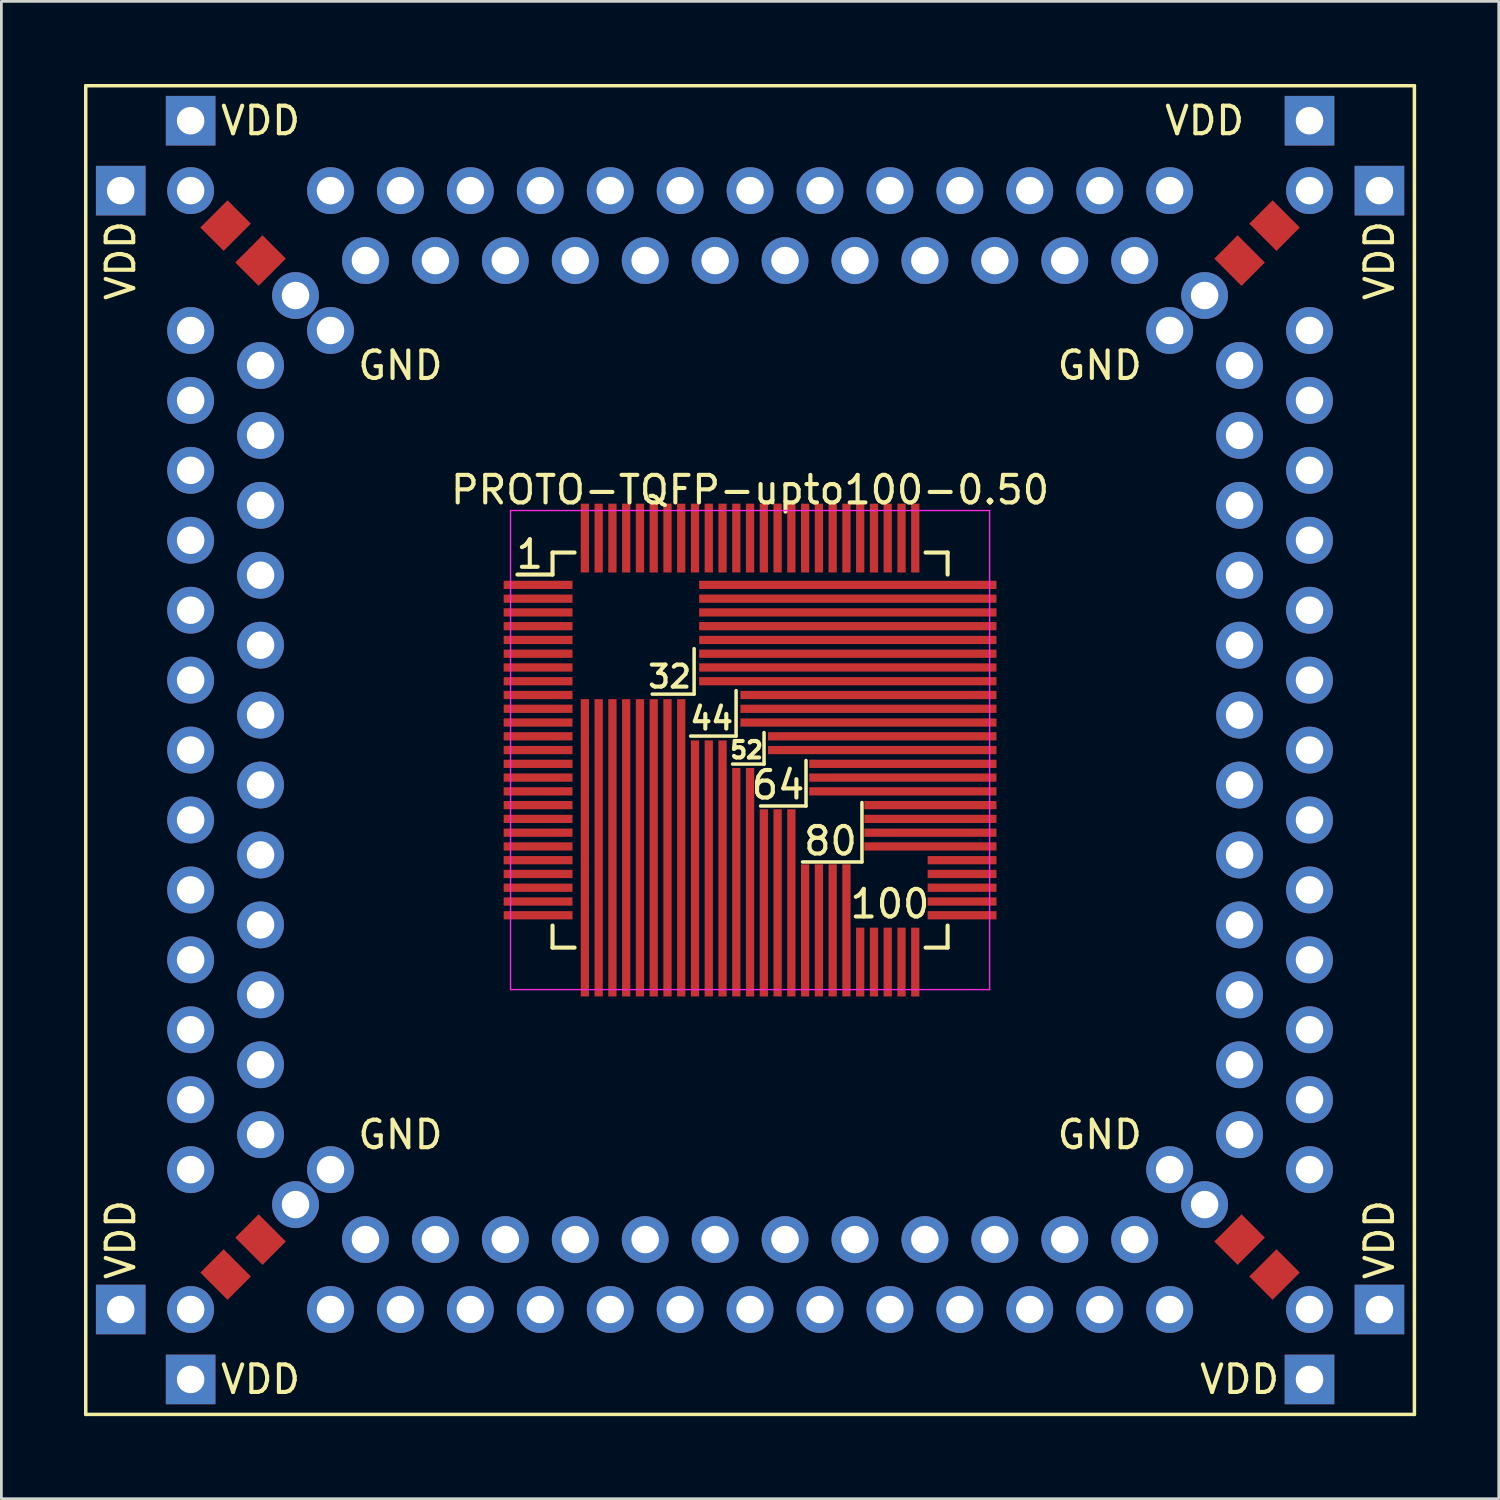
<source format=kicad_pcb>
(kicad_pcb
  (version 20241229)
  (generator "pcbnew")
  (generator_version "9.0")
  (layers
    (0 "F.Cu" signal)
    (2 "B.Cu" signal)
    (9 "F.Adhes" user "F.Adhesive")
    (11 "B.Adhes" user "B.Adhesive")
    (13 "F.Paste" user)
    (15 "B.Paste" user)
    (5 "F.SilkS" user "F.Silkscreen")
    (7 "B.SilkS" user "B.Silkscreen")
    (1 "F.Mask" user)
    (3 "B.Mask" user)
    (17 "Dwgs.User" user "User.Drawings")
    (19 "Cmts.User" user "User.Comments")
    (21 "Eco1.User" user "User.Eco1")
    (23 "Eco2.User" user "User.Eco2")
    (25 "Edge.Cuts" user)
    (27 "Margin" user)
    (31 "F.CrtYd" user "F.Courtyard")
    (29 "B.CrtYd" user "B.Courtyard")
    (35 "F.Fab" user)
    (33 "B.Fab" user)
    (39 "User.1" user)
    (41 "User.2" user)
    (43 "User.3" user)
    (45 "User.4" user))
  (footprint "PROTO-TQFP-upto100-0.50"
    (layer "F.Cu")
    (at 24.194 24.194)
    (property "Reference" "PROTO-TQFP-upto100-0.50" (at 0 -9.45 0) (layer "F.SilkS") (effects (font (size 1 1) (thickness 0.15))))
    (attr smd)
    (fp_line (start -24.13 -24.13) (end 24.13 -24.13) (stroke (width 0.127) (type solid)) (layer "F.SilkS"))
    (fp_line (start -24.13 24.13) (end -24.13 -24.13) (stroke (width 0.127) (type solid)) (layer "F.SilkS"))
    (fp_line (start -7.175 -7.175) (end -7.175 -6.375) (stroke (width 0.15) (type solid)) (layer "F.SilkS"))
    (fp_line (start -7.175 -7.175) (end -6.375 -7.175) (stroke (width 0.15) (type solid)) (layer "F.SilkS"))
    (fp_line (start -7.175 -6.375) (end -8.45 -6.375) (stroke (width 0.15) (type solid)) (layer "F.SilkS"))
    (fp_line (start -7.175 7.175) (end -7.175 6.375) (stroke (width 0.15) (type solid)) (layer "F.SilkS"))
    (fp_line (start -7.175 7.175) (end -6.375 7.175) (stroke (width 0.15) (type solid)) (layer "F.SilkS"))
    (fp_line (start -2.032 -3.683) (end -2.032 -2.032) (stroke (width 0.127) (type solid)) (layer "F.SilkS"))
    (fp_line (start -2.032 -2.032) (end -3.556 -2.032) (stroke (width 0.127) (type solid)) (layer "F.SilkS"))
    (fp_line (start -0.508 -2.159) (end -0.508 -0.508) (stroke (width 0.127) (type solid)) (layer "F.SilkS"))
    (fp_line (start -0.508 -0.508) (end -2.159 -0.508) (stroke (width 0.127) (type solid)) (layer "F.SilkS"))
    (fp_line (start 0.508 -0.635) (end 0.508 0.508) (stroke (width 0.127) (type solid)) (layer "F.SilkS"))
    (fp_line (start 0.508 0.508) (end -0.635 0.508) (stroke (width 0.127) (type solid)) (layer "F.SilkS"))
    (fp_line (start 2.032 0.381) (end 2.032 2.032) (stroke (width 0.127) (type solid)) (layer "F.SilkS"))
    (fp_line (start 2.032 2.032) (end 0.381 2.032) (stroke (width 0.127) (type solid)) (layer "F.SilkS"))
    (fp_line (start 4.064 1.905) (end 4.064 4.064) (stroke (width 0.127) (type solid)) (layer "F.SilkS"))
    (fp_line (start 4.064 4.064) (end 1.905 4.064) (stroke (width 0.127) (type solid)) (layer "F.SilkS"))
    (fp_line (start 7.175 -7.175) (end 6.375 -7.175) (stroke (width 0.15) (type solid)) (layer "F.SilkS"))
    (fp_line (start 7.175 -7.175) (end 7.175 -6.375) (stroke (width 0.15) (type solid)) (layer "F.SilkS"))
    (fp_line (start 7.175 7.175) (end 6.375 7.175) (stroke (width 0.15) (type solid)) (layer "F.SilkS"))
    (fp_line (start 7.175 7.175) (end 7.175 6.375) (stroke (width 0.15) (type solid)) (layer "F.SilkS"))
    (fp_line (start 24.13 -24.13) (end 24.13 24.13) (stroke (width 0.127) (type solid)) (layer "F.SilkS"))
    (fp_line (start 24.13 24.13) (end -24.13 24.13) (stroke (width 0.127) (type solid)) (layer "F.SilkS"))
    (fp_line (start -8.7 -8.7) (end -8.7 8.7) (stroke (width 0.05) (type solid)) (layer "F.CrtYd"))
    (fp_line (start -8.7 -8.7) (end 8.7 -8.7) (stroke (width 0.05) (type solid)) (layer "F.CrtYd"))
    (fp_line (start -8.7 8.7) (end 8.7 8.7) (stroke (width 0.05) (type solid)) (layer "F.CrtYd"))
    (fp_line (start 8.7 -8.7) (end 8.7 8.7) (stroke (width 0.05) (type solid)) (layer "F.CrtYd"))
    (fp_text user "VDD" (at 22.86 17.78 90) (layer "F.SilkS") (effects (font (size 1 1) (thickness 0.15))))
    (fp_text user "80" (at 2.921 3.302 0) (layer "F.SilkS") (effects (font (size 1 1) (thickness 0.15))))
    (fp_text user "VDD" (at -17.78 -22.86 0) (layer "F.SilkS") (effects (font (size 1 1) (thickness 0.15))))
    (fp_text user "GND" (at 12.7 -13.97 0) (layer "F.SilkS") (effects (font (size 1 1) (thickness 0.15))))
    (fp_text user "44" (at -1.397 -1.143 0) (layer "F.SilkS") (effects (font (size 0.8 0.8) (thickness 0.15))))
    (fp_text user "VDD" (at -17.78 22.86 0) (layer "F.SilkS") (effects (font (size 1 1) (thickness 0.15))))
    (fp_text user "VDD" (at 17.78 22.86 0) (layer "F.SilkS") (effects (font (size 1 1) (thickness 0.15))))
    (fp_text user "VDD" (at -22.86 -17.78 90) (layer "F.SilkS") (effects (font (size 1 1) (thickness 0.15))))
    (fp_text user "VDD" (at 16.51 -22.86 0) (layer "F.SilkS") (effects (font (size 1 1) (thickness 0.15))))
    (fp_text user "VDD" (at 22.86 -17.78 90) (layer "F.SilkS") (effects (font (size 1 1) (thickness 0.15))))
    (fp_text user "52" (at -0.127 0 0) (layer "F.SilkS") (effects (font (size 0.6 0.6) (thickness 0.15))))
    (fp_text user "GND" (at -12.7 13.97 0) (layer "F.SilkS") (effects (font (size 1 1) (thickness 0.15))))
    (fp_text user "GND" (at -12.7 -13.97 0) (layer "F.SilkS") (effects (font (size 1 1) (thickness 0.15))))
    (fp_text user "VDD" (at -22.86 17.78 90) (layer "F.SilkS") (effects (font (size 1 1) (thickness 0.15))))
    (fp_text user "1" (at -8.001 -7.112 180) (layer "F.SilkS") (effects (font (size 1 1) (thickness 0.15))))
    (fp_text user "64" (at 1.016 1.27 0) (layer "F.SilkS") (effects (font (size 1 1) (thickness 0.15))))
    (fp_text user "32" (at -2.921 -2.667 0) (layer "F.SilkS") (effects (font (size 0.8 0.8) (thickness 0.15))))
    (fp_text user "100" (at 5.08 5.588 0) (layer "F.SilkS") (effects (font (size 1 1) (thickness 0.15))))
    (fp_text user "GND" (at 12.7 13.97 0) (layer "F.SilkS") (effects (font (size 1 1) (thickness 0.15))))
    (pad "1" thru_hole circle (at -20.32 -15.24) (size 1.7 1.7) (drill 1) (layers "*.Cu" "*.Mask"))
    (pad "1" smd rect (at -7.7 -6) (size 2.5 0.3) (layers "F.Cu" "F.Mask" "F.Paste"))
    (pad "2" thru_hole circle (at -17.78 -13.97) (size 1.7 1.7) (drill 1) (layers "*.Cu" "*.Mask"))
    (pad "2" smd rect (at -7.7 -5.5) (size 2.5 0.3) (layers "F.Cu" "F.Mask" "F.Paste"))
    (pad "3" thru_hole circle (at -20.32 -12.7) (size 1.7 1.7) (drill 1) (layers "*.Cu" "*.Mask"))
    (pad "3" smd rect (at -7.7 -5) (size 2.5 0.3) (layers "F.Cu" "F.Mask" "F.Paste"))
    (pad "4" thru_hole circle (at -17.78 -11.43) (size 1.7 1.7) (drill 1) (layers "*.Cu" "*.Mask"))
    (pad "4" smd rect (at -7.7 -4.5) (size 2.5 0.3) (layers "F.Cu" "F.Mask" "F.Paste"))
    (pad "5" thru_hole circle (at -20.32 -10.16) (size 1.7 1.7) (drill 1) (layers "*.Cu" "*.Mask"))
    (pad "5" smd rect (at -7.7 -4) (size 2.5 0.3) (layers "F.Cu" "F.Mask" "F.Paste"))
    (pad "6" thru_hole circle (at -17.78 -8.89) (size 1.7 1.7) (drill 1) (layers "*.Cu" "*.Mask"))
    (pad "6" smd rect (at -7.7 -3.5) (size 2.5 0.3) (layers "F.Cu" "F.Mask" "F.Paste"))
    (pad "7" thru_hole circle (at -20.32 -7.62) (size 1.7 1.7) (drill 1) (layers "*.Cu" "*.Mask"))
    (pad "7" smd rect (at -7.7 -3) (size 2.5 0.3) (layers "F.Cu" "F.Mask" "F.Paste"))
    (pad "8" thru_hole circle (at -17.78 -6.35) (size 1.7 1.7) (drill 1) (layers "*.Cu" "*.Mask"))
    (pad "8" smd rect (at -7.7 -2.5) (size 2.5 0.3) (layers "F.Cu" "F.Mask" "F.Paste"))
    (pad "9" thru_hole circle (at -20.32 -5.08) (size 1.7 1.7) (drill 1) (layers "*.Cu" "*.Mask"))
    (pad "9" smd rect (at -7.7 -2) (size 2.5 0.3) (layers "F.Cu" "F.Mask" "F.Paste"))
    (pad "10" thru_hole circle (at -17.78 -3.81) (size 1.7 1.7) (drill 1) (layers "*.Cu" "*.Mask"))
    (pad "10" smd rect (at -7.7 -1.5) (size 2.5 0.3) (layers "F.Cu" "F.Mask" "F.Paste"))
    (pad "11" thru_hole circle (at -20.32 -2.54) (size 1.7 1.7) (drill 1) (layers "*.Cu" "*.Mask"))
    (pad "11" smd rect (at -7.7 -1) (size 2.5 0.3) (layers "F.Cu" "F.Mask" "F.Paste"))
    (pad "12" thru_hole circle (at -17.78 -1.27) (size 1.7 1.7) (drill 1) (layers "*.Cu" "*.Mask"))
    (pad "12" smd rect (at -7.7 -0.5) (size 2.5 0.3) (layers "F.Cu" "F.Mask" "F.Paste"))
    (pad "13" thru_hole circle (at -20.32 0) (size 1.7 1.7) (drill 1) (layers "*.Cu" "*.Mask"))
    (pad "13" smd rect (at -7.7 0) (size 2.5 0.3) (layers "F.Cu" "F.Mask" "F.Paste"))
    (pad "14" thru_hole circle (at -17.78 1.27) (size 1.7 1.7) (drill 1) (layers "*.Cu" "*.Mask"))
    (pad "14" smd rect (at -7.7 0.5) (size 2.5 0.3) (layers "F.Cu" "F.Mask" "F.Paste"))
    (pad "15" thru_hole circle (at -20.32 2.54) (size 1.7 1.7) (drill 1) (layers "*.Cu" "*.Mask"))
    (pad "15" smd rect (at -7.7 1) (size 2.5 0.3) (layers "F.Cu" "F.Mask" "F.Paste"))
    (pad "16" thru_hole circle (at -17.78 3.81) (size 1.7 1.7) (drill 1) (layers "*.Cu" "*.Mask"))
    (pad "16" smd rect (at -7.7 1.5) (size 2.5 0.3) (layers "F.Cu" "F.Mask" "F.Paste"))
    (pad "17" thru_hole circle (at -20.32 5.08) (size 1.7 1.7) (drill 1) (layers "*.Cu" "*.Mask"))
    (pad "17" smd rect (at -7.7 2) (size 2.5 0.3) (layers "F.Cu" "F.Mask" "F.Paste"))
    (pad "18" thru_hole circle (at -17.78 6.35) (size 1.7 1.7) (drill 1) (layers "*.Cu" "*.Mask"))
    (pad "18" smd rect (at -7.7 2.5) (size 2.5 0.3) (layers "F.Cu" "F.Mask" "F.Paste"))
    (pad "19" thru_hole circle (at -20.32 7.62) (size 1.7 1.7) (drill 1) (layers "*.Cu" "*.Mask"))
    (pad "19" smd rect (at -7.7 3) (size 2.5 0.3) (layers "F.Cu" "F.Mask" "F.Paste"))
    (pad "20" thru_hole circle (at -17.78 8.89) (size 1.7 1.7) (drill 1) (layers "*.Cu" "*.Mask"))
    (pad "20" smd rect (at -7.7 3.5) (size 2.5 0.3) (layers "F.Cu" "F.Mask" "F.Paste"))
    (pad "21" thru_hole circle (at -20.32 10.16) (size 1.7 1.7) (drill 1) (layers "*.Cu" "*.Mask"))
    (pad "21" smd rect (at -7.7 4) (size 2.5 0.3) (layers "F.Cu" "F.Mask" "F.Paste"))
    (pad "22" thru_hole circle (at -17.78 11.43) (size 1.7 1.7) (drill 1) (layers "*.Cu" "*.Mask"))
    (pad "22" smd rect (at -7.7 4.5) (size 2.5 0.3) (layers "F.Cu" "F.Mask" "F.Paste"))
    (pad "23" thru_hole circle (at -20.32 12.7) (size 1.7 1.7) (drill 1) (layers "*.Cu" "*.Mask"))
    (pad "23" smd rect (at -7.7 5) (size 2.5 0.3) (layers "F.Cu" "F.Mask" "F.Paste"))
    (pad "24" thru_hole circle (at -17.78 13.97) (size 1.7 1.7) (drill 1) (layers "*.Cu" "*.Mask"))
    (pad "24" smd rect (at -7.7 5.5) (size 2.5 0.3) (layers "F.Cu" "F.Mask" "F.Paste"))
    (pad "25" thru_hole circle (at -20.32 15.24) (size 1.7 1.7) (drill 1) (layers "*.Cu" "*.Mask"))
    (pad "25" smd rect (at -7.7 6) (size 2.5 0.3) (layers "F.Cu" "F.Mask" "F.Paste"))
    (pad "26" thru_hole circle (at -15.24 20.32) (size 1.7 1.7) (drill 1) (layers "*.Cu" "*.Mask"))
    (pad "26" smd rect (at -6 3.55 90) (size 10.8 0.3) (layers "F.Cu" "F.Mask" "F.Paste"))
    (pad "27" thru_hole circle (at -13.97 17.78) (size 1.7 1.7) (drill 1) (layers "*.Cu" "*.Mask"))
    (pad "27" smd rect (at -5.5 3.55 90) (size 10.8 0.3) (layers "F.Cu" "F.Mask" "F.Paste"))
    (pad "28" thru_hole circle (at -12.7 20.32) (size 1.7 1.7) (drill 1) (layers "*.Cu" "*.Mask"))
    (pad "28" smd rect (at -5 3.55 90) (size 10.8 0.3) (layers "F.Cu" "F.Mask" "F.Paste"))
    (pad "29" thru_hole circle (at -11.43 17.78) (size 1.7 1.7) (drill 1) (layers "*.Cu" "*.Mask"))
    (pad "29" smd rect (at -4.5 3.55 90) (size 10.8 0.3) (layers "F.Cu" "F.Mask" "F.Paste"))
    (pad "30" thru_hole circle (at -10.16 20.32) (size 1.7 1.7) (drill 1) (layers "*.Cu" "*.Mask"))
    (pad "30" smd rect (at -4 3.55 90) (size 10.8 0.3) (layers "F.Cu" "F.Mask" "F.Paste"))
    (pad "31" thru_hole circle (at -8.89 17.78) (size 1.7 1.7) (drill 1) (layers "*.Cu" "*.Mask"))
    (pad "31" smd rect (at -3.5 3.55 90) (size 10.8 0.3) (layers "F.Cu" "F.Mask" "F.Paste"))
    (pad "32" thru_hole circle (at -7.62 20.32) (size 1.7 1.7) (drill 1) (layers "*.Cu" "*.Mask"))
    (pad "32" smd rect (at -3 3.55 90) (size 10.8 0.3) (layers "F.Cu" "F.Mask" "F.Paste"))
    (pad "33" thru_hole circle (at -6.35 17.78) (size 1.7 1.7) (drill 1) (layers "*.Cu" "*.Mask"))
    (pad "33" smd rect (at -2.5 3.55 90) (size 10.8 0.3) (layers "F.Cu" "F.Mask" "F.Paste"))
    (pad "34" thru_hole circle (at -5.08 20.32) (size 1.7 1.7) (drill 1) (layers "*.Cu" "*.Mask"))
    (pad "34" smd rect (at -2 4.3 90) (size 9.3 0.3) (layers "F.Cu" "F.Mask" "F.Paste"))
    (pad "35" thru_hole circle (at -3.81 17.78) (size 1.7 1.7) (drill 1) (layers "*.Cu" "*.Mask"))
    (pad "35" smd rect (at -1.5 4.3 90) (size 9.3 0.3) (layers "F.Cu" "F.Mask" "F.Paste"))
    (pad "36" thru_hole circle (at -2.54 20.32) (size 1.7 1.7) (drill 1) (layers "*.Cu" "*.Mask"))
    (pad "36" smd rect (at -1 4.3 90) (size 9.3 0.3) (layers "F.Cu" "F.Mask" "F.Paste"))
    (pad "37" thru_hole circle (at -1.27 17.78) (size 1.7 1.7) (drill 1) (layers "*.Cu" "*.Mask"))
    (pad "37" smd rect (at -0.5 4.8 90) (size 8.3 0.3) (layers "F.Cu" "F.Mask" "F.Paste"))
    (pad "38" smd rect (at 0 4.8 90) (size 8.3 0.3) (layers "F.Cu" "F.Mask" "F.Paste"))
    (pad "38" thru_hole circle (at 0 20.32) (size 1.7 1.7) (drill 1) (layers "*.Cu" "*.Mask"))
    (pad "39" smd rect (at 0.5 5.55 90) (size 6.8 0.3) (layers "F.Cu" "F.Mask" "F.Paste"))
    (pad "39" thru_hole circle (at 1.27 17.78) (size 1.7 1.7) (drill 1) (layers "*.Cu" "*.Mask"))
    (pad "40" smd rect (at 1 5.55 90) (size 6.8 0.3) (layers "F.Cu" "F.Mask" "F.Paste"))
    (pad "40" thru_hole circle (at 2.54 20.32) (size 1.7 1.7) (drill 1) (layers "*.Cu" "*.Mask"))
    (pad "41" smd rect (at 1.5 5.55 90) (size 6.8 0.3) (layers "F.Cu" "F.Mask" "F.Paste"))
    (pad "41" thru_hole circle (at 3.81 17.78) (size 1.7 1.7) (drill 1) (layers "*.Cu" "*.Mask"))
    (pad "42" smd rect (at 2 6.55 90) (size 4.8 0.3) (layers "F.Cu" "F.Mask" "F.Paste"))
    (pad "42" thru_hole circle (at 5.08 20.32) (size 1.7 1.7) (drill 1) (layers "*.Cu" "*.Mask"))
    (pad "43" smd rect (at 2.5 6.55 90) (size 4.8 0.3) (layers "F.Cu" "F.Mask" "F.Paste"))
    (pad "43" thru_hole circle (at 6.35 17.78) (size 1.7 1.7) (drill 1) (layers "*.Cu" "*.Mask"))
    (pad "44" smd rect (at 3 6.55 90) (size 4.8 0.3) (layers "F.Cu" "F.Mask" "F.Paste"))
    (pad "44" thru_hole circle (at 7.62 20.32) (size 1.7 1.7) (drill 1) (layers "*.Cu" "*.Mask"))
    (pad "45" smd rect (at 3.5 6.55 90) (size 4.8 0.3) (layers "F.Cu" "F.Mask" "F.Paste"))
    (pad "45" thru_hole circle (at 8.89 17.78) (size 1.7 1.7) (drill 1) (layers "*.Cu" "*.Mask"))
    (pad "46" smd rect (at 4 7.7 90) (size 2.5 0.3) (layers "F.Cu" "F.Mask" "F.Paste"))
    (pad "46" thru_hole circle (at 10.16 20.32) (size 1.7 1.7) (drill 1) (layers "*.Cu" "*.Mask"))
    (pad "47" smd rect (at 4.5 7.7 90) (size 2.5 0.3) (layers "F.Cu" "F.Mask" "F.Paste"))
    (pad "47" thru_hole circle (at 11.43 17.78) (size 1.7 1.7) (drill 1) (layers "*.Cu" "*.Mask"))
    (pad "48" smd rect (at 5 7.7 90) (size 2.5 0.3) (layers "F.Cu" "F.Mask" "F.Paste"))
    (pad "48" thru_hole circle (at 12.7 20.32) (size 1.7 1.7) (drill 1) (layers "*.Cu" "*.Mask"))
    (pad "49" smd rect (at 5.5 7.7 90) (size 2.5 0.3) (layers "F.Cu" "F.Mask" "F.Paste"))
    (pad "49" thru_hole circle (at 13.97 17.78) (size 1.7 1.7) (drill 1) (layers "*.Cu" "*.Mask"))
    (pad "50" smd rect (at 6 7.7 90) (size 2.5 0.3) (layers "F.Cu" "F.Mask" "F.Paste"))
    (pad "50" thru_hole circle (at 15.24 20.32) (size 1.7 1.7) (drill 1) (layers "*.Cu" "*.Mask"))
    (pad "51" smd rect (at 7.7 6) (size 2.5 0.3) (layers "F.Cu" "F.Mask" "F.Paste"))
    (pad "51" thru_hole circle (at 20.32 15.24) (size 1.7 1.7) (drill 1) (layers "*.Cu" "*.Mask"))
    (pad "52" smd rect (at 7.7 5.5) (size 2.5 0.3) (layers "F.Cu" "F.Mask" "F.Paste"))
    (pad "52" thru_hole circle (at 17.78 13.97) (size 1.7 1.7) (drill 1) (layers "*.Cu" "*.Mask"))
    (pad "53" smd rect (at 7.7 5) (size 2.5 0.3) (layers "F.Cu" "F.Mask" "F.Paste"))
    (pad "53" thru_hole circle (at 20.32 12.7) (size 1.7 1.7) (drill 1) (layers "*.Cu" "*.Mask"))
    (pad "54" smd rect (at 7.7 4.5) (size 2.5 0.3) (layers "F.Cu" "F.Mask" "F.Paste"))
    (pad "54" thru_hole circle (at 17.78 11.43) (size 1.7 1.7) (drill 1) (layers "*.Cu" "*.Mask"))
    (pad "55" smd rect (at 7.7 4) (size 2.5 0.3) (layers "F.Cu" "F.Mask" "F.Paste"))
    (pad "55" thru_hole circle (at 20.32 10.16) (size 1.7 1.7) (drill 1) (layers "*.Cu" "*.Mask"))
    (pad "56" smd rect (at 6.55 3.5) (size 4.8 0.3) (layers "F.Cu" "F.Mask" "F.Paste"))
    (pad "56" thru_hole circle (at 17.78 8.89) (size 1.7 1.7) (drill 1) (layers "*.Cu" "*.Mask"))
    (pad "57" smd rect (at 6.55 3) (size 4.8 0.3) (layers "F.Cu" "F.Mask" "F.Paste"))
    (pad "57" thru_hole circle (at 20.32 7.62) (size 1.7 1.7) (drill 1) (layers "*.Cu" "*.Mask"))
    (pad "58" smd rect (at 6.55 2.5) (size 4.8 0.3) (layers "F.Cu" "F.Mask" "F.Paste"))
    (pad "58" thru_hole circle (at 17.78 6.35) (size 1.7 1.7) (drill 1) (layers "*.Cu" "*.Mask"))
    (pad "59" smd rect (at 6.55 2) (size 4.8 0.3) (layers "F.Cu" "F.Mask" "F.Paste"))
    (pad "59" thru_hole circle (at 20.32 5.08) (size 1.7 1.7) (drill 1) (layers "*.Cu" "*.Mask"))
    (pad "60" smd rect (at 5.55 1.5) (size 6.8 0.3) (layers "F.Cu" "F.Mask" "F.Paste"))
    (pad "60" thru_hole circle (at 17.78 3.81) (size 1.7 1.7) (drill 1) (layers "*.Cu" "*.Mask"))
    (pad "61" smd rect (at 5.55 1) (size 6.8 0.3) (layers "F.Cu" "F.Mask" "F.Paste"))
    (pad "61" thru_hole circle (at 20.32 2.54) (size 1.7 1.7) (drill 1) (layers "*.Cu" "*.Mask"))
    (pad "62" smd rect (at 5.55 0.5) (size 6.8 0.3) (layers "F.Cu" "F.Mask" "F.Paste"))
    (pad "62" thru_hole circle (at 17.78 1.27) (size 1.7 1.7) (drill 1) (layers "*.Cu" "*.Mask"))
    (pad "63" smd rect (at 4.8 0) (size 8.3 0.3) (layers "F.Cu" "F.Mask" "F.Paste"))
    (pad "63" thru_hole circle (at 20.32 0) (size 1.7 1.7) (drill 1) (layers "*.Cu" "*.Mask"))
    (pad "64" smd rect (at 4.8 -0.5) (size 8.3 0.3) (layers "F.Cu" "F.Mask" "F.Paste"))
    (pad "64" thru_hole circle (at 17.78 -1.27) (size 1.7 1.7) (drill 1) (layers "*.Cu" "*.Mask"))
    (pad "65" smd rect (at 4.3 -1) (size 9.3 0.3) (layers "F.Cu" "F.Mask" "F.Paste"))
    (pad "65" thru_hole circle (at 20.32 -2.54) (size 1.7 1.7) (drill 1) (layers "*.Cu" "*.Mask"))
    (pad "66" smd rect (at 4.3 -1.5) (size 9.3 0.3) (layers "F.Cu" "F.Mask" "F.Paste"))
    (pad "66" thru_hole circle (at 17.78 -3.81) (size 1.7 1.7) (drill 1) (layers "*.Cu" "*.Mask"))
    (pad "67" smd rect (at 4.3 -2) (size 9.3 0.3) (layers "F.Cu" "F.Mask" "F.Paste"))
    (pad "67" thru_hole circle (at 20.32 -5.08) (size 1.7 1.7) (drill 1) (layers "*.Cu" "*.Mask"))
    (pad "68" smd rect (at 3.55 -2.5) (size 10.8 0.3) (layers "F.Cu" "F.Mask" "F.Paste"))
    (pad "68" thru_hole circle (at 17.78 -6.35) (size 1.7 1.7) (drill 1) (layers "*.Cu" "*.Mask"))
    (pad "69" smd rect (at 3.55 -3) (size 10.8 0.3) (layers "F.Cu" "F.Mask" "F.Paste"))
    (pad "69" thru_hole circle (at 20.32 -7.62) (size 1.7 1.7) (drill 1) (layers "*.Cu" "*.Mask"))
    (pad "70" smd rect (at 3.55 -3.5) (size 10.8 0.3) (layers "F.Cu" "F.Mask" "F.Paste"))
    (pad "70" thru_hole circle (at 17.78 -8.89) (size 1.7 1.7) (drill 1) (layers "*.Cu" "*.Mask"))
    (pad "71" smd rect (at 3.55 -4) (size 10.8 0.3) (layers "F.Cu" "F.Mask" "F.Paste"))
    (pad "71" thru_hole circle (at 20.32 -10.16) (size 1.7 1.7) (drill 1) (layers "*.Cu" "*.Mask"))
    (pad "72" smd rect (at 3.55 -4.5) (size 10.8 0.3) (layers "F.Cu" "F.Mask" "F.Paste"))
    (pad "72" thru_hole circle (at 17.78 -11.43) (size 1.7 1.7) (drill 1) (layers "*.Cu" "*.Mask"))
    (pad "73" smd rect (at 3.55 -5) (size 10.8 0.3) (layers "F.Cu" "F.Mask" "F.Paste"))
    (pad "73" thru_hole circle (at 20.32 -12.7) (size 1.7 1.7) (drill 1) (layers "*.Cu" "*.Mask"))
    (pad "74" smd rect (at 3.55 -5.5) (size 10.8 0.3) (layers "F.Cu" "F.Mask" "F.Paste"))
    (pad "74" thru_hole circle (at 17.78 -13.97) (size 1.7 1.7) (drill 1) (layers "*.Cu" "*.Mask"))
    (pad "75" smd rect (at 3.55 -6) (size 10.8 0.3) (layers "F.Cu" "F.Mask" "F.Paste"))
    (pad "75" thru_hole circle (at 20.32 -15.24) (size 1.7 1.7) (drill 1) (layers "*.Cu" "*.Mask"))
    (pad "76" smd rect (at 6 -7.7 90) (size 2.5 0.3) (layers "F.Cu" "F.Mask" "F.Paste"))
    (pad "76" thru_hole circle (at 15.24 -20.32) (size 1.7 1.7) (drill 1) (layers "*.Cu" "*.Mask"))
    (pad "77" smd rect (at 5.5 -7.7 90) (size 2.5 0.3) (layers "F.Cu" "F.Mask" "F.Paste"))
    (pad "77" thru_hole circle (at 13.97 -17.78) (size 1.7 1.7) (drill 1) (layers "*.Cu" "*.Mask"))
    (pad "78" smd rect (at 5 -7.7 90) (size 2.5 0.3) (layers "F.Cu" "F.Mask" "F.Paste"))
    (pad "78" thru_hole circle (at 12.7 -20.32) (size 1.7 1.7) (drill 1) (layers "*.Cu" "*.Mask"))
    (pad "79" smd rect (at 4.5 -7.7 90) (size 2.5 0.3) (layers "F.Cu" "F.Mask" "F.Paste"))
    (pad "79" thru_hole circle (at 11.43 -17.78) (size 1.7 1.7) (drill 1) (layers "*.Cu" "*.Mask"))
    (pad "80" smd rect (at 4 -7.7 90) (size 2.5 0.3) (layers "F.Cu" "F.Mask" "F.Paste"))
    (pad "80" thru_hole circle (at 10.16 -20.32) (size 1.7 1.7) (drill 1) (layers "*.Cu" "*.Mask"))
    (pad "81" smd rect (at 3.5 -7.7 90) (size 2.5 0.3) (layers "F.Cu" "F.Mask" "F.Paste"))
    (pad "81" thru_hole circle (at 8.89 -17.78) (size 1.7 1.7) (drill 1) (layers "*.Cu" "*.Mask"))
    (pad "82" smd rect (at 3 -7.7 90) (size 2.5 0.3) (layers "F.Cu" "F.Mask" "F.Paste"))
    (pad "82" thru_hole circle (at 7.62 -20.32) (size 1.7 1.7) (drill 1) (layers "*.Cu" "*.Mask"))
    (pad "83" smd rect (at 2.5 -7.7 90) (size 2.5 0.3) (layers "F.Cu" "F.Mask" "F.Paste"))
    (pad "83" thru_hole circle (at 6.35 -17.78) (size 1.7 1.7) (drill 1) (layers "*.Cu" "*.Mask"))
    (pad "84" smd rect (at 2 -7.7 90) (size 2.5 0.3) (layers "F.Cu" "F.Mask" "F.Paste"))
    (pad "84" thru_hole circle (at 5.08 -20.32) (size 1.7 1.7) (drill 1) (layers "*.Cu" "*.Mask"))
    (pad "85" smd rect (at 1.5 -7.7 90) (size 2.5 0.3) (layers "F.Cu" "F.Mask" "F.Paste"))
    (pad "85" thru_hole circle (at 3.81 -17.78) (size 1.7 1.7) (drill 1) (layers "*.Cu" "*.Mask"))
    (pad "86" smd rect (at 1 -7.7 90) (size 2.5 0.3) (layers "F.Cu" "F.Mask" "F.Paste"))
    (pad "86" thru_hole circle (at 2.54 -20.32) (size 1.7 1.7) (drill 1) (layers "*.Cu" "*.Mask"))
    (pad "87" smd rect (at 0.5 -7.7 90) (size 2.5 0.3) (layers "F.Cu" "F.Mask" "F.Paste"))
    (pad "87" thru_hole circle (at 1.27 -17.78) (size 1.7 1.7) (drill 1) (layers "*.Cu" "*.Mask"))
    (pad "88" thru_hole circle (at 0 -20.32) (size 1.7 1.7) (drill 1) (layers "*.Cu" "*.Mask"))
    (pad "88" smd rect (at 0 -7.7 90) (size 2.5 0.3) (layers "F.Cu" "F.Mask" "F.Paste"))
    (pad "89" thru_hole circle (at -1.27 -17.78) (size 1.7 1.7) (drill 1) (layers "*.Cu" "*.Mask"))
    (pad "89" smd rect (at -0.5 -7.7 90) (size 2.5 0.3) (layers "F.Cu" "F.Mask" "F.Paste"))
    (pad "90" thru_hole circle (at -2.54 -20.32) (size 1.7 1.7) (drill 1) (layers "*.Cu" "*.Mask"))
    (pad "90" smd rect (at -1 -7.7 90) (size 2.5 0.3) (layers "F.Cu" "F.Mask" "F.Paste"))
    (pad "91" thru_hole circle (at -3.81 -17.78) (size 1.7 1.7) (drill 1) (layers "*.Cu" "*.Mask"))
    (pad "91" smd rect (at -1.5 -7.7 90) (size 2.5 0.3) (layers "F.Cu" "F.Mask" "F.Paste"))
    (pad "92" thru_hole circle (at -5.08 -20.32) (size 1.7 1.7) (drill 1) (layers "*.Cu" "*.Mask"))
    (pad "92" smd rect (at -2 -7.7 90) (size 2.5 0.3) (layers "F.Cu" "F.Mask" "F.Paste"))
    (pad "93" thru_hole circle (at -6.35 -17.78) (size 1.7 1.7) (drill 1) (layers "*.Cu" "*.Mask"))
    (pad "93" smd rect (at -2.5 -7.7 90) (size 2.5 0.3) (layers "F.Cu" "F.Mask" "F.Paste"))
    (pad "94" thru_hole circle (at -7.62 -20.32) (size 1.7 1.7) (drill 1) (layers "*.Cu" "*.Mask"))
    (pad "94" smd rect (at -3 -7.7 90) (size 2.5 0.3) (layers "F.Cu" "F.Mask" "F.Paste"))
    (pad "95" thru_hole circle (at -8.89 -17.78) (size 1.7 1.7) (drill 1) (layers "*.Cu" "*.Mask"))
    (pad "95" smd rect (at -3.5 -7.7 90) (size 2.5 0.3) (layers "F.Cu" "F.Mask" "F.Paste"))
    (pad "96" thru_hole circle (at -10.16 -20.32) (size 1.7 1.7) (drill 1) (layers "*.Cu" "*.Mask"))
    (pad "96" smd rect (at -4 -7.7 90) (size 2.5 0.3) (layers "F.Cu" "F.Mask" "F.Paste"))
    (pad "97" thru_hole circle (at -11.43 -17.78) (size 1.7 1.7) (drill 1) (layers "*.Cu" "*.Mask"))
    (pad "97" smd rect (at -4.5 -7.7 90) (size 2.5 0.3) (layers "F.Cu" "F.Mask" "F.Paste"))
    (pad "98" thru_hole circle (at -12.7 -20.32) (size 1.7 1.7) (drill 1) (layers "*.Cu" "*.Mask"))
    (pad "98" smd rect (at -5 -7.7 90) (size 2.5 0.3) (layers "F.Cu" "F.Mask" "F.Paste"))
    (pad "99" thru_hole circle (at -13.97 -17.78) (size 1.7 1.7) (drill 1) (layers "*.Cu" "*.Mask"))
    (pad "99" smd rect (at -5.5 -7.7 90) (size 2.5 0.3) (layers "F.Cu" "F.Mask" "F.Paste"))
    (pad "100" thru_hole circle (at -15.24 -20.32) (size 1.7 1.7) (drill 1) (layers "*.Cu" "*.Mask"))
    (pad "100" smd rect (at -6 -7.7 90) (size 2.5 0.3) (layers "F.Cu" "F.Mask" "F.Paste"))
    (pad "101" smd rect (at -17.78 -17.78 315) (size 1.2 1.4) (layers "F.Cu" "F.Mask" "F.Paste"))
    (pad "101" thru_hole circle (at -16.51 -16.51) (size 1.7 1.7) (drill 1) (layers "*.Cu" "*.Mask"))
    (pad "102" thru_hole circle (at -20.32 -20.32) (size 1.7 1.7) (drill 1) (layers "*.Cu" "*.Mask"))
    (pad "102" smd rect (at -19.05 -19.05 315) (size 1.2 1.4) (layers "F.Cu" "F.Mask" "F.Paste"))
    (pad "103" smd rect (at -17.78 17.78 45) (size 1.2 1.4) (layers "F.Cu" "F.Mask"))
    (pad "103" thru_hole circle (at -16.51 16.51) (size 1.7 1.7) (drill 1) (layers "*.Cu" "*.Mask"))
    (pad "104" thru_hole circle (at -20.32 20.32) (size 1.7 1.7) (drill 1) (layers "*.Cu" "*.Mask"))
    (pad "104" smd rect (at -19.05 19.05 45) (size 1.2 1.4) (layers "F.Cu" "F.Mask" "F.Paste"))
    (pad "105" thru_hole circle (at 16.51 16.51) (size 1.7 1.7) (drill 1) (layers "*.Cu" "*.Mask"))
    (pad "105" smd rect (at 17.78 17.78 315) (size 1.2 1.4) (layers "F.Cu" "F.Mask" "F.Paste"))
    (pad "106" smd rect (at 19.05 19.05 315) (size 1.2 1.4) (layers "F.Cu" "F.Mask" "F.Paste"))
    (pad "106" thru_hole circle (at 20.32 20.32) (size 1.7 1.7) (drill 1) (layers "*.Cu" "*.Mask"))
    (pad "107" thru_hole circle (at 16.51 -16.51) (size 1.7 1.7) (drill 1) (layers "*.Cu" "*.Mask"))
    (pad "107" smd rect (at 17.78 -17.78 45) (size 1.2 1.4) (layers "F.Cu" "F.Mask" "F.Paste"))
    (pad "108" smd rect (at 19.05 -19.05 45) (size 1.2 1.4) (layers "F.Cu" "F.Mask" "F.Paste"))
    (pad "108" thru_hole circle (at 20.32 -20.32) (size 1.7 1.7) (drill 1) (layers "*.Cu" "*.Mask"))
    (pad "109" thru_hole circle (at -15.24 -15.24) (size 1.7 1.7) (drill 1) (layers "*.Cu" "*.Mask"))
    (pad "110" thru_hole circle (at 15.24 -15.24) (size 1.7 1.7) (drill 1) (layers "*.Cu" "*.Mask"))
    (pad "111" thru_hole circle (at -15.24 15.24) (size 1.7 1.7) (drill 1) (layers "*.Cu" "*.Mask"))
    (pad "112" thru_hole circle (at 15.24 15.24) (size 1.7 1.7) (drill 1) (layers "*.Cu" "*.Mask"))
    (pad "113" thru_hole rect (at 20.32 -22.86) (size 1.8 1.8) (drill 1) (layers "*.Cu" "*.Mask"))
    (pad "114" thru_hole rect (at 22.86 -20.32) (size 1.8 1.8) (drill 1) (layers "*.Cu" "*.Mask"))
    (pad "115" thru_hole rect (at -20.32 -22.86) (size 1.8 1.8) (drill 1) (layers "*.Cu" "*.Mask"))
    (pad "116" thru_hole rect (at -22.86 -20.32) (size 1.8 1.8) (drill 1) (layers "*.Cu" "*.Mask"))
    (pad "117" thru_hole rect (at 22.86 20.32) (size 1.8 1.8) (drill 1) (layers "*.Cu" "*.Mask"))
    (pad "118" thru_hole rect (at 20.32 22.86) (size 1.8 1.8) (drill 1) (layers "*.Cu" "*.Mask"))
    (pad "119" thru_hole rect (at -20.32 22.86) (size 1.8 1.8) (drill 1) (layers "*.Cu" "*.Mask"))
    (pad "120" thru_hole rect (at -22.86 20.32) (size 1.8 1.8) (drill 1) (layers "*.Cu" "*.Mask")))
  (gr_rect
    (start -3 -3)
    (end 51.387 51.387)
    (stroke (width 0.1) (type default))
    (fill no)
    (layer "Edge.Cuts")))
</source>
